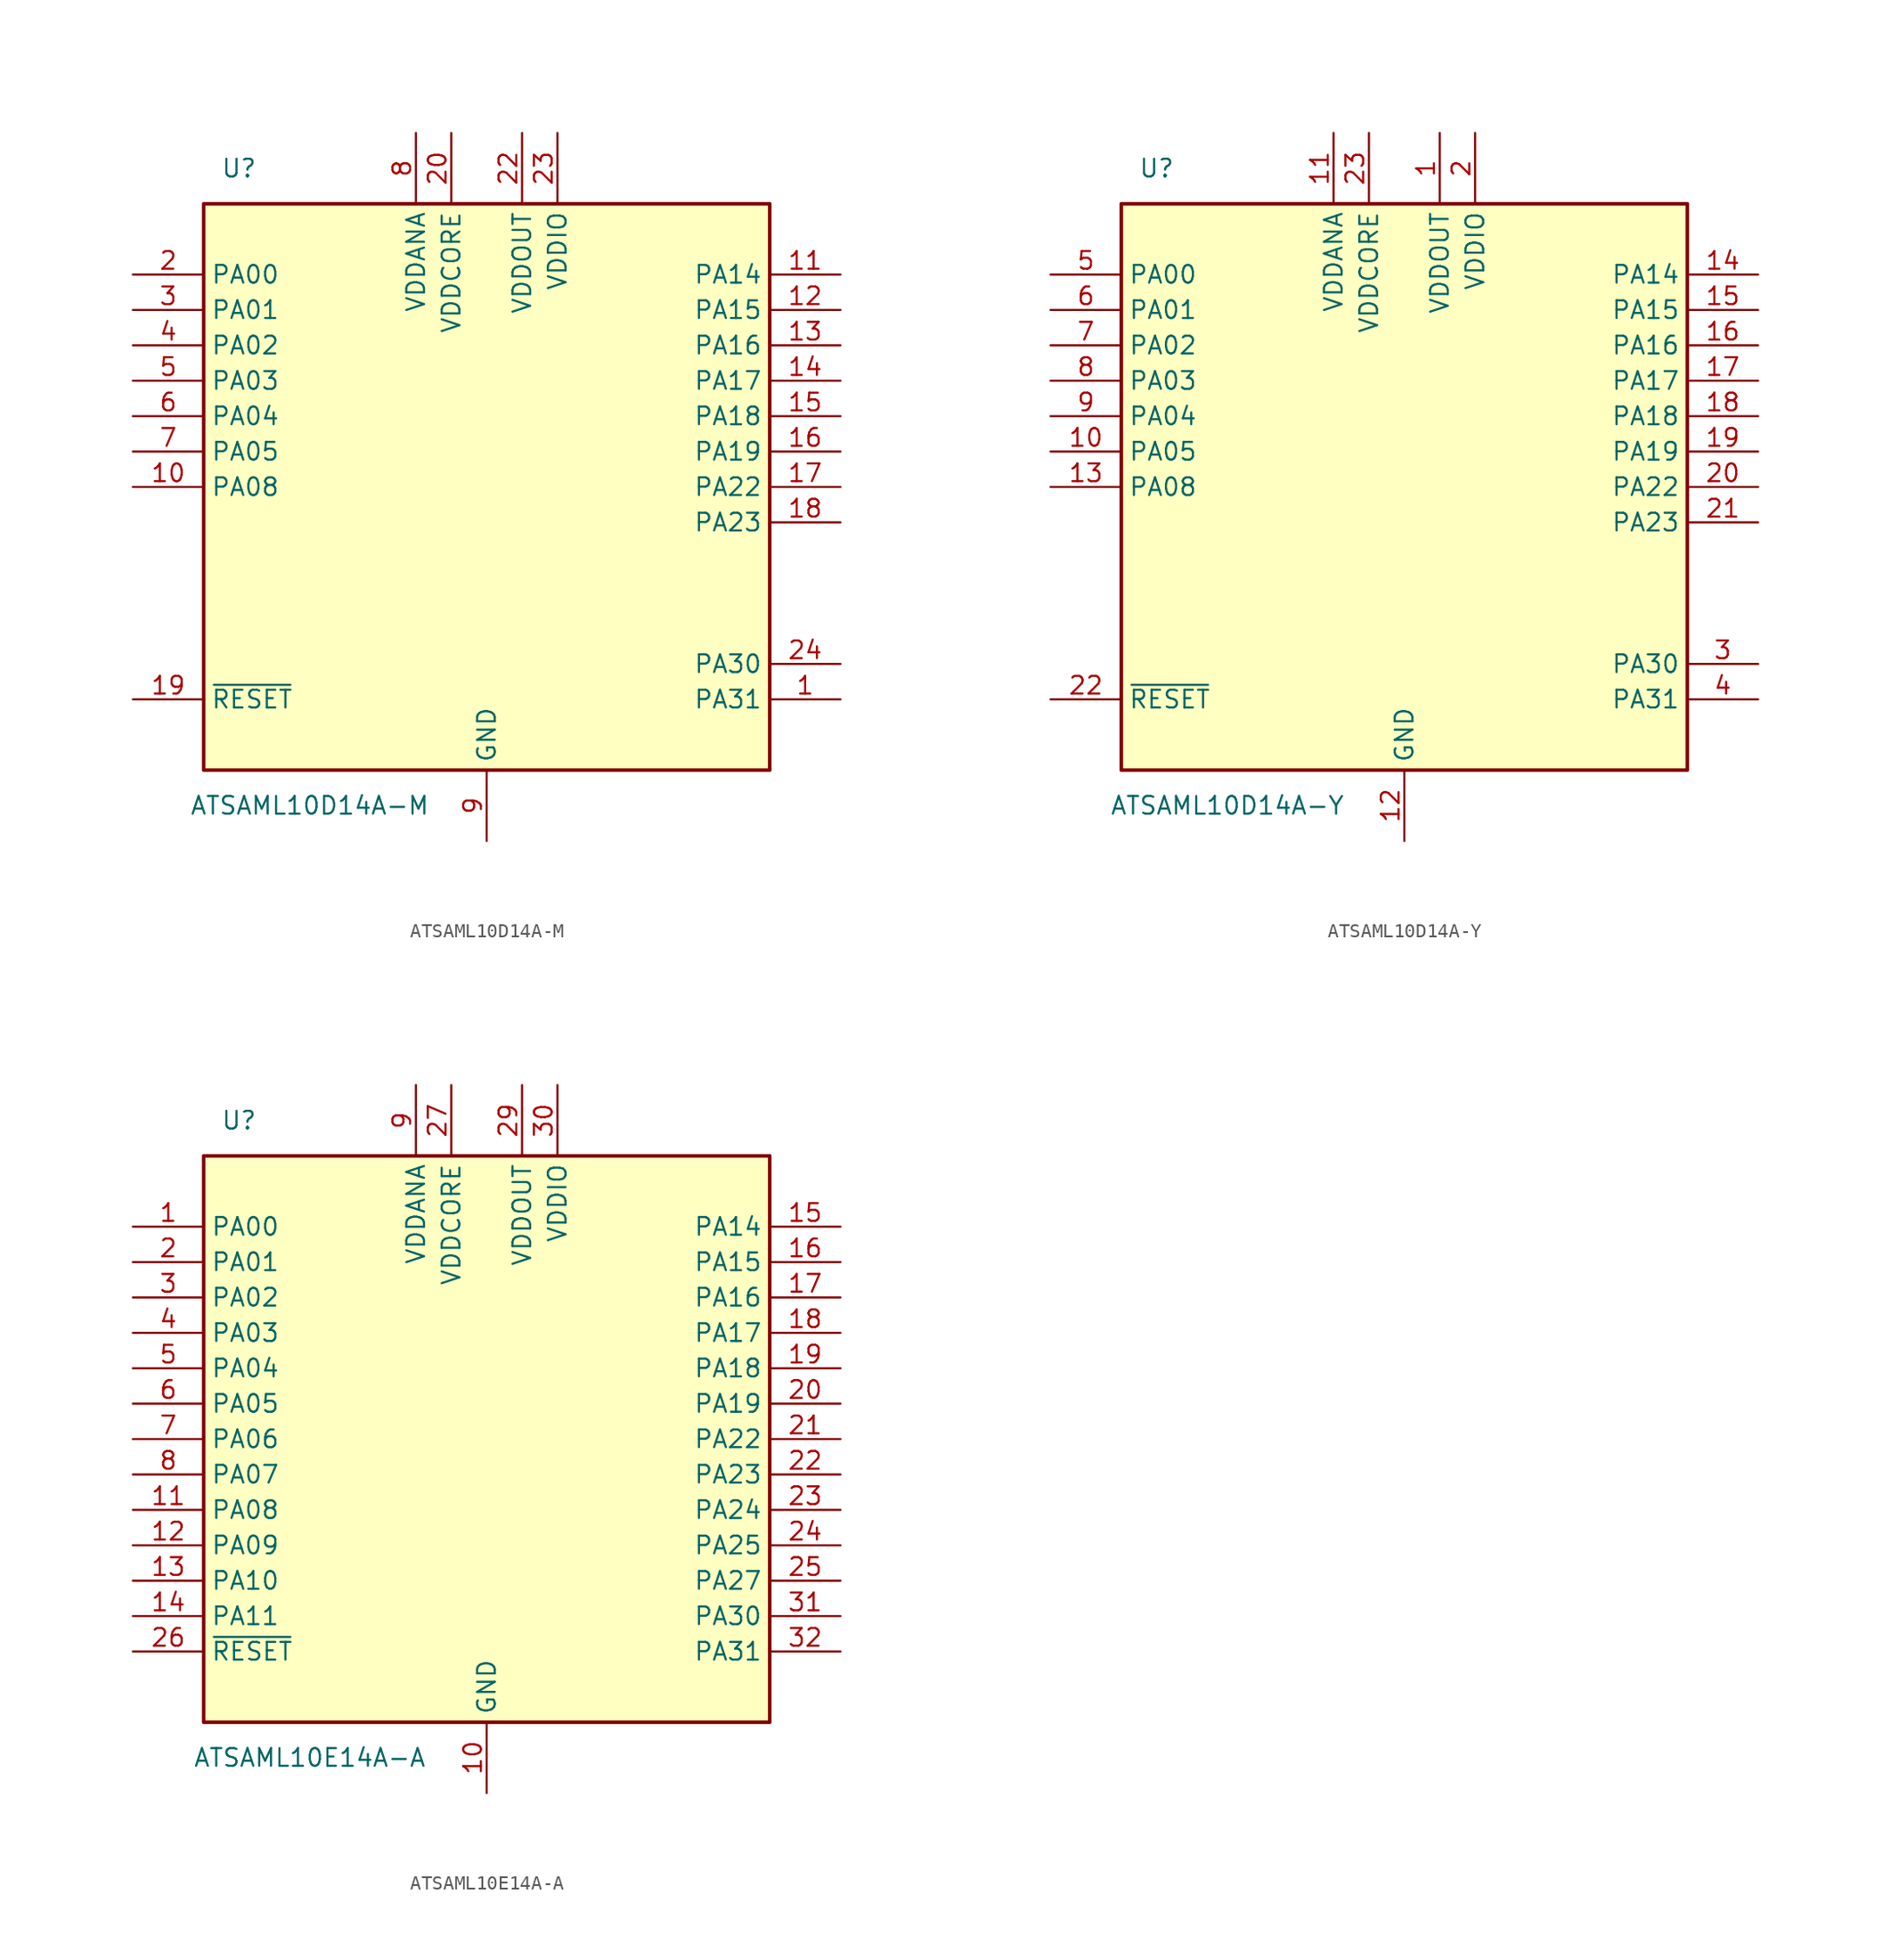
<source format=kicad_sym>
(kicad_symbol_lib
  (version 20211014)
  (generator kicad_symbol_editor)
  (symbol "ATSAML10D14A-M"
    (property "Reference" "U"
      (at -17.78 22.86 0)
      (effects (font (size 1.27 1.27))))
    (property "Value" "ATSAML10D14A-M"
      (at -12.7 -22.86 0)
      (effects (font (size 1.27 1.27))))
    (symbol "ATSAML10D14A-M_0_1"
      (rectangle (start -20.32 20.32) (end 20.32 -20.32) (stroke (width 0.254) (type default) (color 0 0 0 0)) (fill (type background))))
    (symbol "ATSAML10D14A-M_1_1"
      (pin bidirectional line (at 25.4 -15.24 180) (length 5.08) (name "PA31" (effects (font (size 1.27 1.27)))) (number "1" (effects (font (size 1.27 1.27)))))
      (pin bidirectional line (at -25.4 0 0) (length 5.08) (name "PA08" (effects (font (size 1.27 1.27)))) (number "10" (effects (font (size 1.27 1.27)))))
      (pin bidirectional line (at 25.4 15.24 180) (length 5.08) (name "PA14" (effects (font (size 1.27 1.27)))) (number "11" (effects (font (size 1.27 1.27)))))
      (pin bidirectional line (at 25.4 12.7 180) (length 5.08) (name "PA15" (effects (font (size 1.27 1.27)))) (number "12" (effects (font (size 1.27 1.27)))))
      (pin bidirectional line (at 25.4 10.16 180) (length 5.08) (name "PA16" (effects (font (size 1.27 1.27)))) (number "13" (effects (font (size 1.27 1.27)))))
      (pin bidirectional line (at 25.4 7.62 180) (length 5.08) (name "PA17" (effects (font (size 1.27 1.27)))) (number "14" (effects (font (size 1.27 1.27)))))
      (pin bidirectional line (at 25.4 5.08 180) (length 5.08) (name "PA18" (effects (font (size 1.27 1.27)))) (number "15" (effects (font (size 1.27 1.27)))))
      (pin bidirectional line (at 25.4 2.54 180) (length 5.08) (name "PA19" (effects (font (size 1.27 1.27)))) (number "16" (effects (font (size 1.27 1.27)))))
      (pin bidirectional line (at 25.4 0 180) (length 5.08) (name "PA22" (effects (font (size 1.27 1.27)))) (number "17" (effects (font (size 1.27 1.27)))))
      (pin bidirectional line (at 25.4 -2.54 180) (length 5.08) (name "PA23" (effects (font (size 1.27 1.27)))) (number "18" (effects (font (size 1.27 1.27)))))
      (pin input line (at -25.4 -15.24 0) (length 5.08) (name "~{RESET}" (effects (font (size 1.27 1.27)))) (number "19" (effects (font (size 1.27 1.27)))))
      (pin bidirectional line (at -25.4 15.24 0) (length 5.08) (name "PA00" (effects (font (size 1.27 1.27)))) (number "2" (effects (font (size 1.27 1.27)))))
      (pin power_in line (at -2.54 25.4 270) (length 5.08) (name "VDDCORE" (effects (font (size 1.27 1.27)))) (number "20" (effects (font (size 1.27 1.27)))))
      (pin passive line (at 0 -25.4 90) (length 5.08) hide (name "GND" (effects (font (size 1.27 1.27)))) (number "21" (effects (font (size 1.27 1.27)))))
      (pin power_out line (at 2.54 25.4 270) (length 5.08) (name "VDDOUT" (effects (font (size 1.27 1.27)))) (number "22" (effects (font (size 1.27 1.27)))))
      (pin power_in line (at 5.08 25.4 270) (length 5.08) (name "VDDIO" (effects (font (size 1.27 1.27)))) (number "23" (effects (font (size 1.27 1.27)))))
      (pin bidirectional line (at 25.4 -12.7 180) (length 5.08) (name "PA30" (effects (font (size 1.27 1.27)))) (number "24" (effects (font (size 1.27 1.27)))))
      (pin bidirectional line (at -25.4 12.7 0) (length 5.08) (name "PA01" (effects (font (size 1.27 1.27)))) (number "3" (effects (font (size 1.27 1.27)))))
      (pin bidirectional line (at -25.4 10.16 0) (length 5.08) (name "PA02" (effects (font (size 1.27 1.27)))) (number "4" (effects (font (size 1.27 1.27)))))
      (pin bidirectional line (at -25.4 7.62 0) (length 5.08) (name "PA03" (effects (font (size 1.27 1.27)))) (number "5" (effects (font (size 1.27 1.27)))))
      (pin bidirectional line (at -25.4 5.08 0) (length 5.08) (name "PA04" (effects (font (size 1.27 1.27)))) (number "6" (effects (font (size 1.27 1.27)))))
      (pin bidirectional line (at -25.4 2.54 0) (length 5.08) (name "PA05" (effects (font (size 1.27 1.27)))) (number "7" (effects (font (size 1.27 1.27)))))
      (pin power_in line (at -5.08 25.4 270) (length 5.08) (name "VDDANA" (effects (font (size 1.27 1.27)))) (number "8" (effects (font (size 1.27 1.27)))))
      (pin power_in line (at 0 -25.4 90) (length 5.08) (name "GND" (effects (font (size 1.27 1.27)))) (number "9" (effects (font (size 1.27 1.27)))))))
  (symbol "ATSAML10D14A-Y"
    (property "Reference" "U"
      (at -17.78 22.86 0)
      (effects (font (size 1.27 1.27))))
    (property "Value" "ATSAML10D14A-Y"
      (at -12.7 -22.86 0)
      (effects (font (size 1.27 1.27))))
    (symbol "ATSAML10D14A-Y_0_1"
      (rectangle (start -20.32 20.32) (end 20.32 -20.32) (stroke (width 0.254) (type default) (color 0 0 0 0)) (fill (type background))))
    (symbol "ATSAML10D14A-Y_1_1"
      (pin power_out line (at 2.54 25.4 270) (length 5.08) (name "VDDOUT" (effects (font (size 1.27 1.27)))) (number "1" (effects (font (size 1.27 1.27)))))
      (pin bidirectional line (at -25.4 2.54 0) (length 5.08) (name "PA05" (effects (font (size 1.27 1.27)))) (number "10" (effects (font (size 1.27 1.27)))))
      (pin power_in line (at -5.08 25.4 270) (length 5.08) (name "VDDANA" (effects (font (size 1.27 1.27)))) (number "11" (effects (font (size 1.27 1.27)))))
      (pin power_in line (at 0 -25.4 90) (length 5.08) (name "GND" (effects (font (size 1.27 1.27)))) (number "12" (effects (font (size 1.27 1.27)))))
      (pin bidirectional line (at -25.4 0 0) (length 5.08) (name "PA08" (effects (font (size 1.27 1.27)))) (number "13" (effects (font (size 1.27 1.27)))))
      (pin bidirectional line (at 25.4 15.24 180) (length 5.08) (name "PA14" (effects (font (size 1.27 1.27)))) (number "14" (effects (font (size 1.27 1.27)))))
      (pin bidirectional line (at 25.4 12.7 180) (length 5.08) (name "PA15" (effects (font (size 1.27 1.27)))) (number "15" (effects (font (size 1.27 1.27)))))
      (pin bidirectional line (at 25.4 10.16 180) (length 5.08) (name "PA16" (effects (font (size 1.27 1.27)))) (number "16" (effects (font (size 1.27 1.27)))))
      (pin bidirectional line (at 25.4 7.62 180) (length 5.08) (name "PA17" (effects (font (size 1.27 1.27)))) (number "17" (effects (font (size 1.27 1.27)))))
      (pin bidirectional line (at 25.4 5.08 180) (length 5.08) (name "PA18" (effects (font (size 1.27 1.27)))) (number "18" (effects (font (size 1.27 1.27)))))
      (pin bidirectional line (at 25.4 2.54 180) (length 5.08) (name "PA19" (effects (font (size 1.27 1.27)))) (number "19" (effects (font (size 1.27 1.27)))))
      (pin power_in line (at 5.08 25.4 270) (length 5.08) (name "VDDIO" (effects (font (size 1.27 1.27)))) (number "2" (effects (font (size 1.27 1.27)))))
      (pin bidirectional line (at 25.4 0 180) (length 5.08) (name "PA22" (effects (font (size 1.27 1.27)))) (number "20" (effects (font (size 1.27 1.27)))))
      (pin bidirectional line (at 25.4 -2.54 180) (length 5.08) (name "PA23" (effects (font (size 1.27 1.27)))) (number "21" (effects (font (size 1.27 1.27)))))
      (pin input line (at -25.4 -15.24 0) (length 5.08) (name "~{RESET}" (effects (font (size 1.27 1.27)))) (number "22" (effects (font (size 1.27 1.27)))))
      (pin power_in line (at -2.54 25.4 270) (length 5.08) (name "VDDCORE" (effects (font (size 1.27 1.27)))) (number "23" (effects (font (size 1.27 1.27)))))
      (pin passive line (at 0 -25.4 90) (length 5.08) hide (name "GND" (effects (font (size 1.27 1.27)))) (number "24" (effects (font (size 1.27 1.27)))))
      (pin bidirectional line (at 25.4 -12.7 180) (length 5.08) (name "PA30" (effects (font (size 1.27 1.27)))) (number "3" (effects (font (size 1.27 1.27)))))
      (pin bidirectional line (at 25.4 -15.24 180) (length 5.08) (name "PA31" (effects (font (size 1.27 1.27)))) (number "4" (effects (font (size 1.27 1.27)))))
      (pin bidirectional line (at -25.4 15.24 0) (length 5.08) (name "PA00" (effects (font (size 1.27 1.27)))) (number "5" (effects (font (size 1.27 1.27)))))
      (pin bidirectional line (at -25.4 12.7 0) (length 5.08) (name "PA01" (effects (font (size 1.27 1.27)))) (number "6" (effects (font (size 1.27 1.27)))))
      (pin bidirectional line (at -25.4 10.16 0) (length 5.08) (name "PA02" (effects (font (size 1.27 1.27)))) (number "7" (effects (font (size 1.27 1.27)))))
      (pin bidirectional line (at -25.4 7.62 0) (length 5.08) (name "PA03" (effects (font (size 1.27 1.27)))) (number "8" (effects (font (size 1.27 1.27)))))
      (pin bidirectional line (at -25.4 5.08 0) (length 5.08) (name "PA04" (effects (font (size 1.27 1.27)))) (number "9" (effects (font (size 1.27 1.27)))))))
  (symbol "ATSAML10E14A-A"
    (property "Reference" "U"
      (at -17.78 22.86 0)
      (effects (font (size 1.27 1.27))))
    (property "Value" "ATSAML10E14A-A"
      (at -12.7 -22.86 0)
      (effects (font (size 1.27 1.27))))
    (symbol "ATSAML10E14A-A_0_1"
      (rectangle (start -20.32 20.32) (end 20.32 -20.32) (stroke (width 0.254) (type default) (color 0 0 0 0)) (fill (type background))))
    (symbol "ATSAML10E14A-A_1_1"
      (pin bidirectional line (at -25.4 15.24 0) (length 5.08) (name "PA00" (effects (font (size 1.27 1.27)))) (number "1" (effects (font (size 1.27 1.27)))))
      (pin power_in line (at 0 -25.4 90) (length 5.08) (name "GND" (effects (font (size 1.27 1.27)))) (number "10" (effects (font (size 1.27 1.27)))))
      (pin bidirectional line (at -25.4 -5.08 0) (length 5.08) (name "PA08" (effects (font (size 1.27 1.27)))) (number "11" (effects (font (size 1.27 1.27)))))
      (pin bidirectional line (at -25.4 -7.62 0) (length 5.08) (name "PA09" (effects (font (size 1.27 1.27)))) (number "12" (effects (font (size 1.27 1.27)))))
      (pin bidirectional line (at -25.4 -10.16 0) (length 5.08) (name "PA10" (effects (font (size 1.27 1.27)))) (number "13" (effects (font (size 1.27 1.27)))))
      (pin bidirectional line (at -25.4 -12.7 0) (length 5.08) (name "PA11" (effects (font (size 1.27 1.27)))) (number "14" (effects (font (size 1.27 1.27)))))
      (pin bidirectional line (at 25.4 15.24 180) (length 5.08) (name "PA14" (effects (font (size 1.27 1.27)))) (number "15" (effects (font (size 1.27 1.27)))))
      (pin bidirectional line (at 25.4 12.7 180) (length 5.08) (name "PA15" (effects (font (size 1.27 1.27)))) (number "16" (effects (font (size 1.27 1.27)))))
      (pin bidirectional line (at 25.4 10.16 180) (length 5.08) (name "PA16" (effects (font (size 1.27 1.27)))) (number "17" (effects (font (size 1.27 1.27)))))
      (pin bidirectional line (at 25.4 7.62 180) (length 5.08) (name "PA17" (effects (font (size 1.27 1.27)))) (number "18" (effects (font (size 1.27 1.27)))))
      (pin bidirectional line (at 25.4 5.08 180) (length 5.08) (name "PA18" (effects (font (size 1.27 1.27)))) (number "19" (effects (font (size 1.27 1.27)))))
      (pin bidirectional line (at -25.4 12.7 0) (length 5.08) (name "PA01" (effects (font (size 1.27 1.27)))) (number "2" (effects (font (size 1.27 1.27)))))
      (pin bidirectional line (at 25.4 2.54 180) (length 5.08) (name "PA19" (effects (font (size 1.27 1.27)))) (number "20" (effects (font (size 1.27 1.27)))))
      (pin bidirectional line (at 25.4 0 180) (length 5.08) (name "PA22" (effects (font (size 1.27 1.27)))) (number "21" (effects (font (size 1.27 1.27)))))
      (pin bidirectional line (at 25.4 -2.54 180) (length 5.08) (name "PA23" (effects (font (size 1.27 1.27)))) (number "22" (effects (font (size 1.27 1.27)))))
      (pin bidirectional line (at 25.4 -5.08 180) (length 5.08) (name "PA24" (effects (font (size 1.27 1.27)))) (number "23" (effects (font (size 1.27 1.27)))))
      (pin bidirectional line (at 25.4 -7.62 180) (length 5.08) (name "PA25" (effects (font (size 1.27 1.27)))) (number "24" (effects (font (size 1.27 1.27)))))
      (pin bidirectional line (at 25.4 -10.16 180) (length 5.08) (name "PA27" (effects (font (size 1.27 1.27)))) (number "25" (effects (font (size 1.27 1.27)))))
      (pin input line (at -25.4 -15.24 0) (length 5.08) (name "~{RESET}" (effects (font (size 1.27 1.27)))) (number "26" (effects (font (size 1.27 1.27)))))
      (pin power_in line (at -2.54 25.4 270) (length 5.08) (name "VDDCORE" (effects (font (size 1.27 1.27)))) (number "27" (effects (font (size 1.27 1.27)))))
      (pin passive line (at 0 -25.4 90) (length 5.08) hide (name "GND" (effects (font (size 1.27 1.27)))) (number "28" (effects (font (size 1.27 1.27)))))
      (pin power_out line (at 2.54 25.4 270) (length 5.08) (name "VDDOUT" (effects (font (size 1.27 1.27)))) (number "29" (effects (font (size 1.27 1.27)))))
      (pin bidirectional line (at -25.4 10.16 0) (length 5.08) (name "PA02" (effects (font (size 1.27 1.27)))) (number "3" (effects (font (size 1.27 1.27)))))
      (pin power_in line (at 5.08 25.4 270) (length 5.08) (name "VDDIO" (effects (font (size 1.27 1.27)))) (number "30" (effects (font (size 1.27 1.27)))))
      (pin bidirectional line (at 25.4 -12.7 180) (length 5.08) (name "PA30" (effects (font (size 1.27 1.27)))) (number "31" (effects (font (size 1.27 1.27)))))
      (pin bidirectional line (at 25.4 -15.24 180) (length 5.08) (name "PA31" (effects (font (size 1.27 1.27)))) (number "32" (effects (font (size 1.27 1.27)))))
      (pin bidirectional line (at -25.4 7.62 0) (length 5.08) (name "PA03" (effects (font (size 1.27 1.27)))) (number "4" (effects (font (size 1.27 1.27)))))
      (pin bidirectional line (at -25.4 5.08 0) (length 5.08) (name "PA04" (effects (font (size 1.27 1.27)))) (number "5" (effects (font (size 1.27 1.27)))))
      (pin bidirectional line (at -25.4 2.54 0) (length 5.08) (name "PA05" (effects (font (size 1.27 1.27)))) (number "6" (effects (font (size 1.27 1.27)))))
      (pin bidirectional line (at -25.4 0 0) (length 5.08) (name "PA06" (effects (font (size 1.27 1.27)))) (number "7" (effects (font (size 1.27 1.27)))))
      (pin bidirectional line (at -25.4 -2.54 0) (length 5.08) (name "PA07" (effects (font (size 1.27 1.27)))) (number "8" (effects (font (size 1.27 1.27)))))
      (pin power_in line (at -5.08 25.4 270) (length 5.08) (name "VDDANA" (effects (font (size 1.27 1.27)))) (number "9" (effects (font (size 1.27 1.27))))))))
</source>
